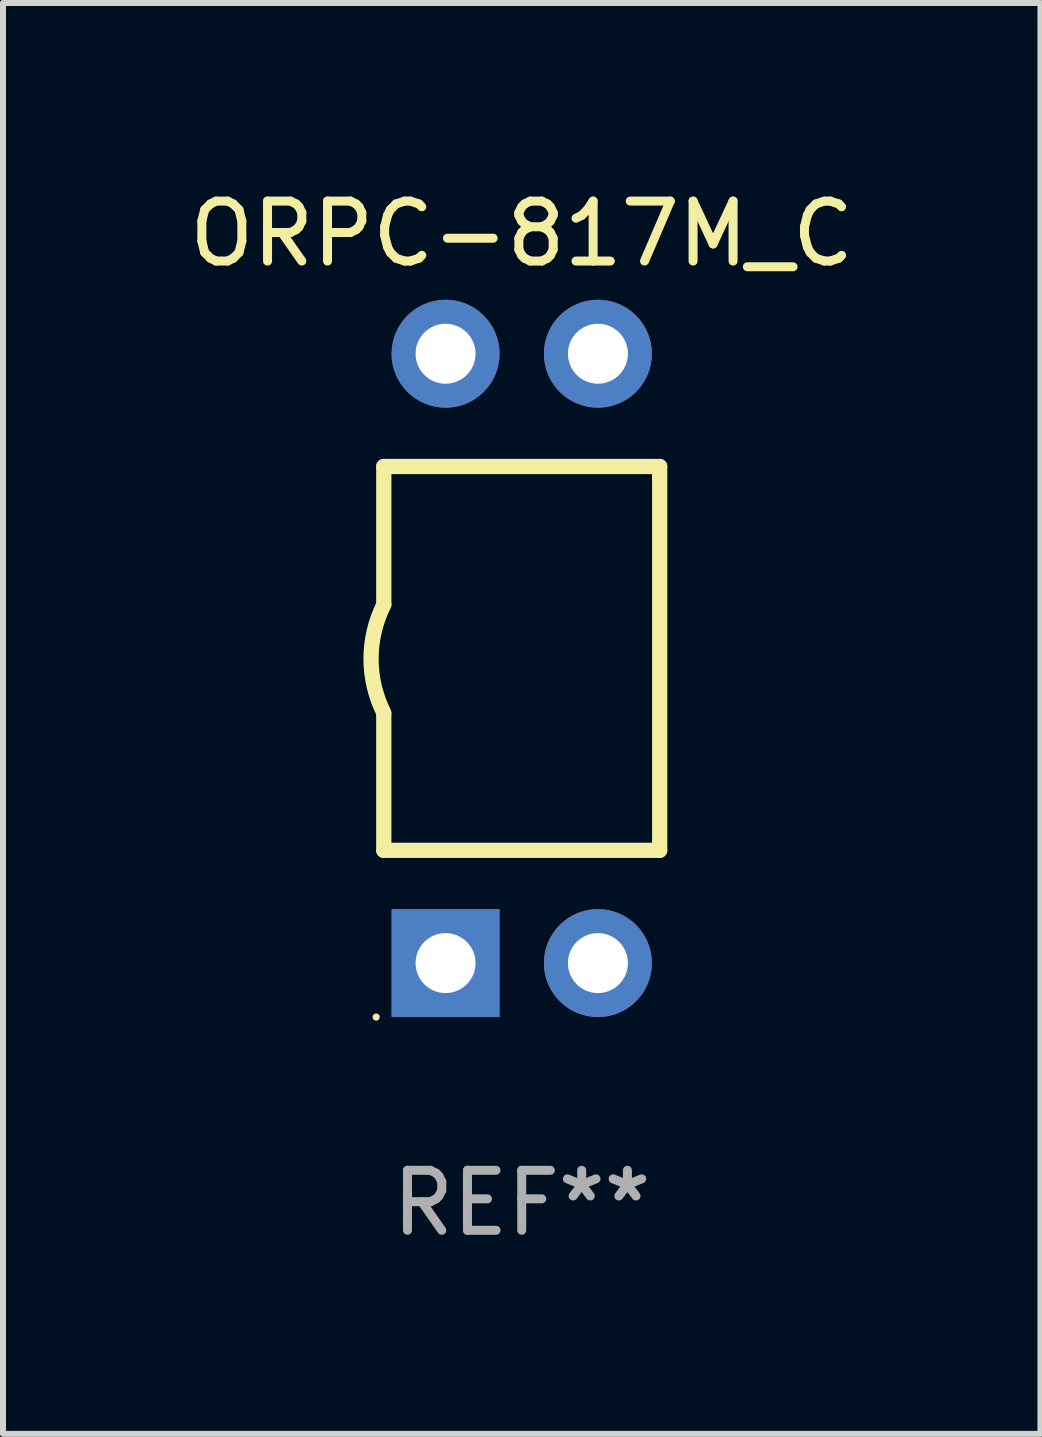
<source format=kicad_pcb>
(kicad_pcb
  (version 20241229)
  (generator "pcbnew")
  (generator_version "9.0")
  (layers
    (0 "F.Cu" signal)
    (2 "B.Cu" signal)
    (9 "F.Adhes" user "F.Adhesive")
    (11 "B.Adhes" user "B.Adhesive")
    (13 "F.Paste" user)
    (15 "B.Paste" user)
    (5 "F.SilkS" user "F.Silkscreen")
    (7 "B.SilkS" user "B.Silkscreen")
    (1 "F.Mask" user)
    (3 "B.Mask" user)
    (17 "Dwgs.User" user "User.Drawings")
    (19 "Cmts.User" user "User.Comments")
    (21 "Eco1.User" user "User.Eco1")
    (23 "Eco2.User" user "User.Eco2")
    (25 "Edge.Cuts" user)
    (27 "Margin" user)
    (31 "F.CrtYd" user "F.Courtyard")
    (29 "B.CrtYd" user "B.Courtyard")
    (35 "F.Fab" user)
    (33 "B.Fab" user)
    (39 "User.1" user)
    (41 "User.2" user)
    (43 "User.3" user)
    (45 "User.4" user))
  (footprint "ORPC-817M_C"
    (layer "F.Cu")
    (at 5.649 7.928)
    (property "Reference" "ORPC-817M_C" (at 0 -7.08 0) (layer "F.SilkS") (effects (font (size 1 1) (thickness 0.15))))
    (attr through_hole)
    (fp_line (start -2.3 -3.2) (end 2.3 -3.2) (stroke (width 0.254) (type solid)) (layer "F.SilkS"))
    (fp_line (start -2.3 -0.902) (end -2.3 -3.2) (stroke (width 0.254) (type solid)) (layer "F.SilkS"))
    (fp_line (start -2.3 3.2) (end -2.3 0.928) (stroke (width 0.254) (type solid)) (layer "F.SilkS"))
    (fp_line (start -2.3 3.2) (end 2.3 3.2) (stroke (width 0.254) (type solid)) (layer "F.SilkS"))
    (fp_line (start 2.3 3.2) (end 2.3 -3.2) (stroke (width 0.254) (type solid)) (layer "F.SilkS"))
    (fp_arc (start -2.3 0.907036) (mid -2.512563 0.006604) (end -2.3 -0.893828) (stroke (width 0.254001) (type solid)) (layer "F.SilkS"))
    (fp_circle (center -2.427 5.98) (end -2.397 5.98) (stroke (width 0.06) (type solid)) (fill no) (layer "F.SilkS"))
    (fp_text user "REF**" (at 0 9.08 0) (layer "F.Fab") (effects (font (size 1 1) (thickness 0.15))))
    (pad "1" thru_hole rect (at -1.27 5.08 90) (size 1.8 1.8) (drill 1) (layers "*.Cu" "*.Mask"))
    (pad "2" thru_hole circle (at 1.27 5.08) (size 1.8 1.8) (drill 1) (layers "*.Cu" "*.Mask"))
    (pad "3" thru_hole circle (at 1.27 -5.08) (size 1.8 1.8) (drill 1) (layers "*.Cu" "*.Mask"))
    (pad "4" thru_hole circle (at -1.27 -5.08) (size 1.8 1.8) (drill 1) (layers "*.Cu" "*.Mask")))
  (gr_rect
    (start -3 -3)
    (end 14.298 20.857)
    (stroke (width 0.1) (type default))
    (fill no)
    (layer "Edge.Cuts")))
</source>
